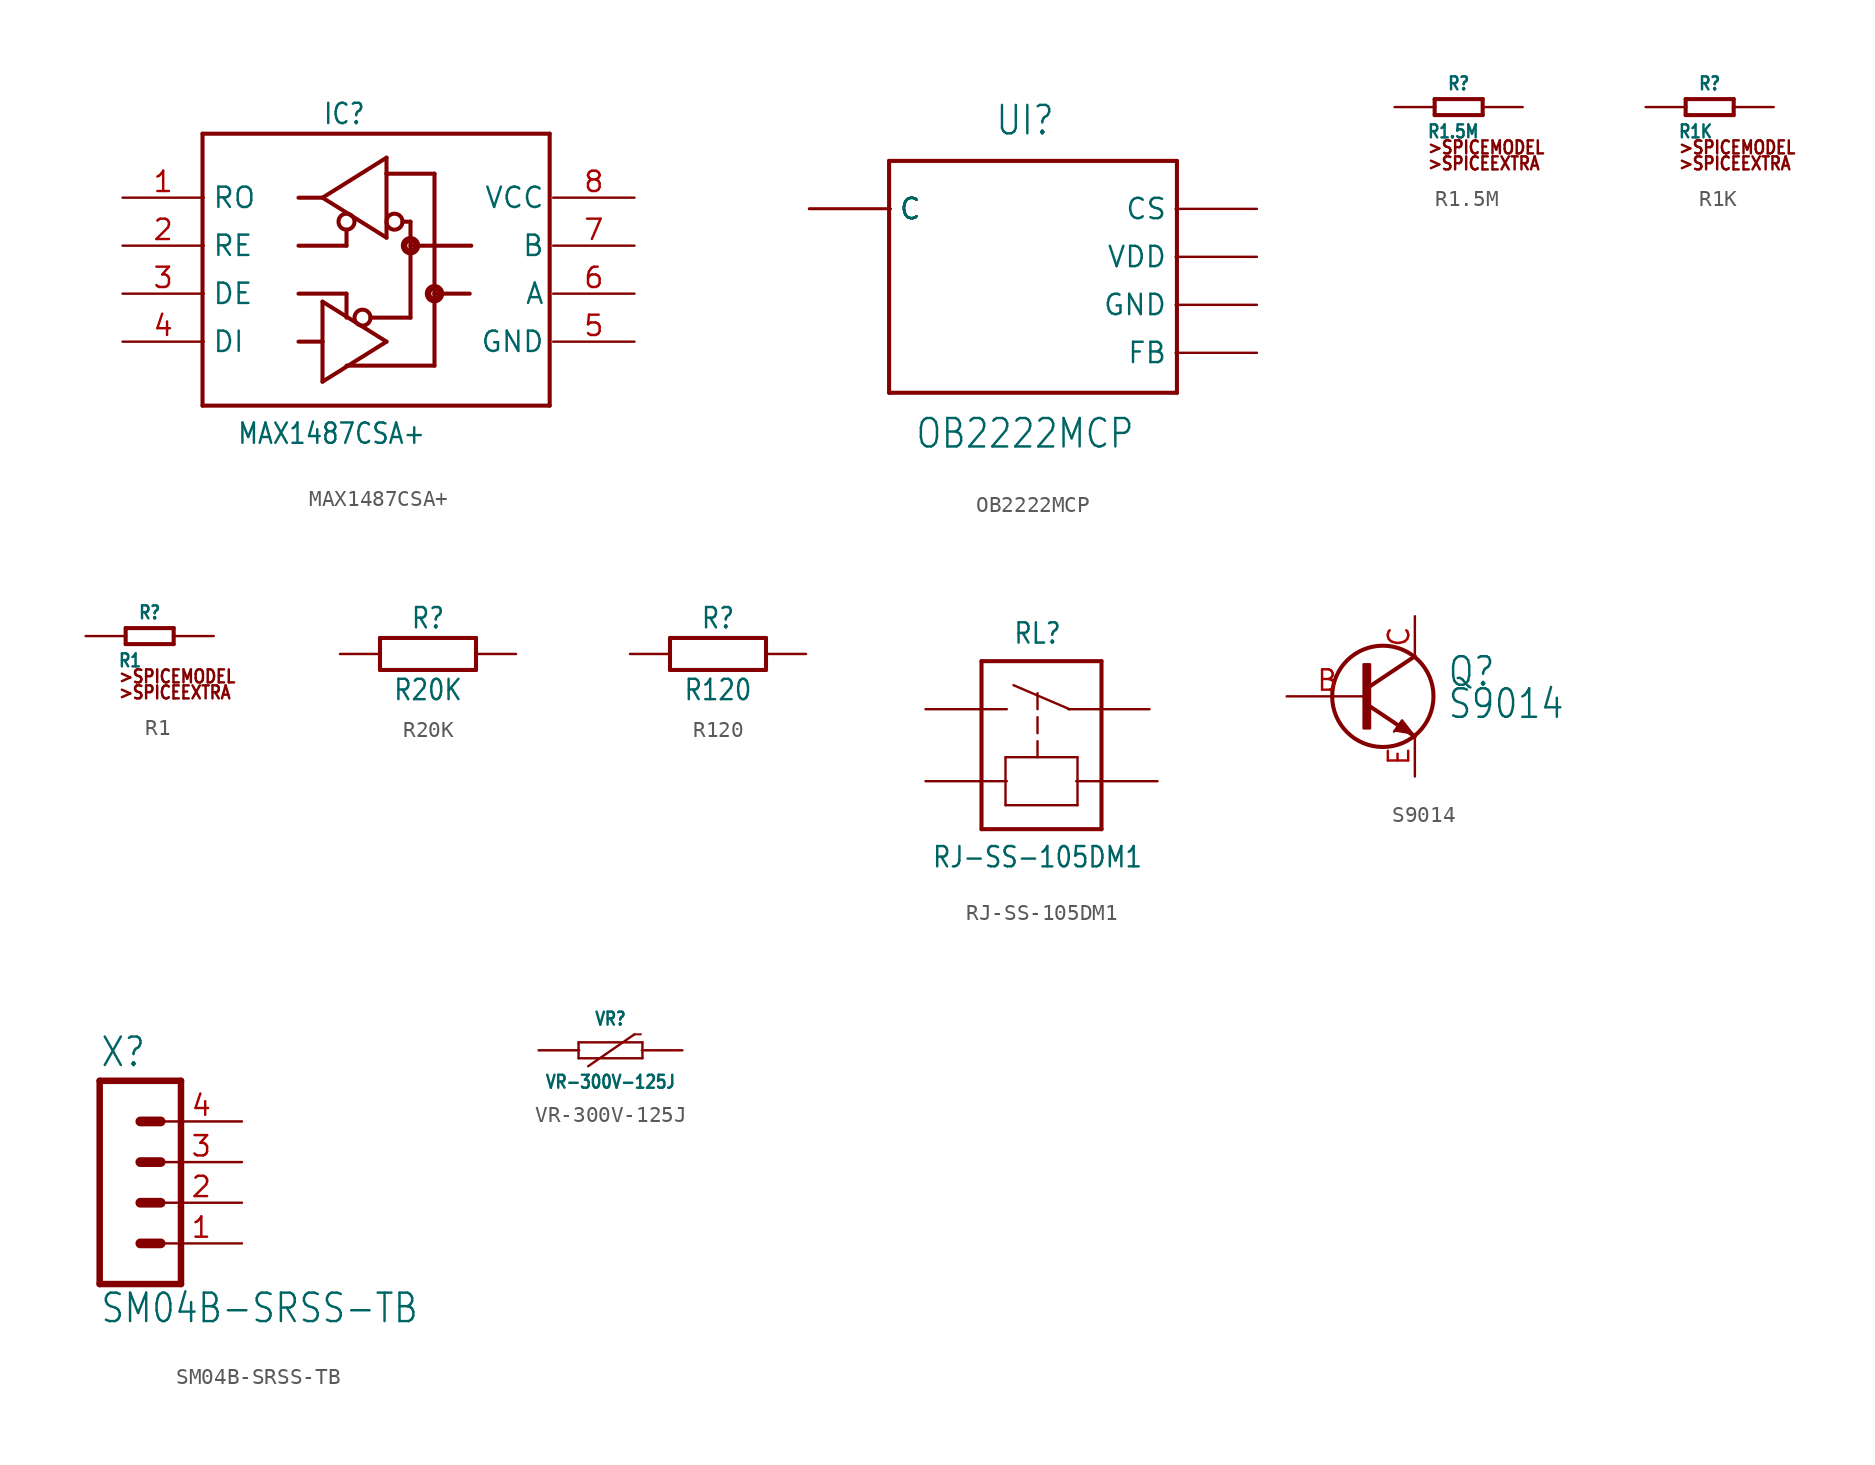
<source format=kicad_sym>
(kicad_symbol_lib
  (version 20211014)
  (generator kicad_symbol_editor)
  (symbol "MAX1487CSA+"
    (property "Reference" "IC"
      (at -3.5 9 0)
      (effects (font (size 1.27 1.079)) (justify left bottom)))
    (property "Value" "MAX1487CSA+"
      (at 3 -9.5 0)
      (effects (font (size 1.27 1.079)) (justify right top)))
    (property "ki_locked" ""
      (at 0 0 0)
      (effects (font (size 1.27 1.27))))
    (symbol "MAX1487CSA+_1_0"
      (circle (center -2 3) (radius 0.5) (stroke (width 0.254) (type default) (color 0 0 0 0)) (fill (type none)))
      (circle (center -1 -3) (radius 0.5) (stroke (width 0.254) (type default) (color 0 0 0 0)) (fill (type none)))
      (polyline (pts (xy -11 -8.5) (xy -11 8.5)) (stroke (width 0.254) (type default) (color 0 0 0 0)) (fill (type none)))
      (polyline (pts (xy -11 -8.5) (xy 10.7 -8.5)) (stroke (width 0.254) (type default) (color 0 0 0 0)) (fill (type none)))
      (polyline (pts (xy -11 8.5) (xy 10.7 8.5)) (stroke (width 0.254) (type default) (color 0 0 0 0)) (fill (type none)))
      (polyline (pts (xy -5 -4.5) (xy -3.5 -4.5)) (stroke (width 0.254) (type default) (color 0 0 0 0)) (fill (type none)))
      (polyline (pts (xy -5 -1.5) (xy -2 -1.5)) (stroke (width 0.254) (type default) (color 0 0 0 0)) (fill (type none)))
      (polyline (pts (xy -5 1.5) (xy -2 1.5)) (stroke (width 0.254) (type default) (color 0 0 0 0)) (fill (type none)))
      (polyline (pts (xy -5 4.5) (xy -3.5 4.5)) (stroke (width 0.254) (type default) (color 0 0 0 0)) (fill (type none)))
      (polyline (pts (xy -3.5 -7) (xy 0.5 -4.5)) (stroke (width 0.254) (type default) (color 0 0 0 0)) (fill (type none)))
      (polyline (pts (xy -3.5 -4.5) (xy -3.5 -7)) (stroke (width 0.254) (type default) (color 0 0 0 0)) (fill (type none)))
      (polyline (pts (xy -3.5 -2) (xy -3.5 -4.5)) (stroke (width 0.254) (type default) (color 0 0 0 0)) (fill (type none)))
      (polyline (pts (xy -3.5 4.5) (xy 0.5 7)) (stroke (width 0.254) (type default) (color 0 0 0 0)) (fill (type none)))
      (polyline (pts (xy -2 -1.5) (xy -2 -3)) (stroke (width 0.254) (type default) (color 0 0 0 0)) (fill (type none)))
      (polyline (pts (xy -2 1.5) (xy -2 2.5)) (stroke (width 0.254) (type default) (color 0 0 0 0)) (fill (type none)))
      (polyline (pts (xy -0.5 -3) (xy 2 -3)) (stroke (width 0.254) (type default) (color 0 0 0 0)) (fill (type none)))
      (polyline (pts (xy 0.5 -4.5) (xy -3.5 -2)) (stroke (width 0.254) (type default) (color 0 0 0 0)) (fill (type none)))
      (polyline (pts (xy 0.5 2) (xy -3.5 4.5)) (stroke (width 0.254) (type default) (color 0 0 0 0)) (fill (type none)))
      (polyline (pts (xy 0.5 6) (xy 0.5 2)) (stroke (width 0.254) (type default) (color 0 0 0 0)) (fill (type none)))
      (polyline (pts (xy 0.5 6) (xy 3.5 6)) (stroke (width 0.254) (type default) (color 0 0 0 0)) (fill (type none)))
      (polyline (pts (xy 0.5 7) (xy 0.5 6)) (stroke (width 0.254) (type default) (color 0 0 0 0)) (fill (type none)))
      (polyline (pts (xy 2 -3) (xy 2 3)) (stroke (width 0.254) (type default) (color 0 0 0 0)) (fill (type none)))
      (polyline (pts (xy 2 1.5) (xy 5.8 1.5)) (stroke (width 0.254) (type default) (color 0 0 0 0)) (fill (type none)))
      (polyline (pts (xy 2 3) (xy 1.5 3)) (stroke (width 0.254) (type default) (color 0 0 0 0)) (fill (type none)))
      (polyline (pts (xy 3.5 -6) (xy -2 -6)) (stroke (width 0.254) (type default) (color 0 0 0 0)) (fill (type none)))
      (polyline (pts (xy 3.5 -1.5) (xy 3.5 -6)) (stroke (width 0.254) (type default) (color 0 0 0 0)) (fill (type none)))
      (polyline (pts (xy 3.5 -1.5) (xy 5.7 -1.5)) (stroke (width 0.254) (type default) (color 0 0 0 0)) (fill (type none)))
      (polyline (pts (xy 3.5 6) (xy 3.5 -1.5)) (stroke (width 0.254) (type default) (color 0 0 0 0)) (fill (type none)))
      (polyline (pts (xy 10.7 -8.5) (xy 10.7 8.5)) (stroke (width 0.254) (type default) (color 0 0 0 0)) (fill (type none)))
      (circle (center 1 3) (radius 0.5) (stroke (width 0.254) (type default) (color 0 0 0 0)) (fill (type none)))
      (circle (center 2 1.5) (radius 0.2) (stroke (width 0.406) (type default) (color 0 0 0 0)) (fill (type none)))
      (circle (center 3.5 -1.5) (radius 0.2) (stroke (width 0.406) (type default) (color 0 0 0 0)) (fill (type none)))
      (pin bidirectional line (at -16 4.5 0) (length 5.08) (name "RO" (effects (font (size 1.27 1.27)))) (number "1" (effects (font (size 1.27 1.27)))))
      (pin bidirectional line (at -16 1.5 0) (length 5.08) (name "RE" (effects (font (size 1.27 1.27)))) (number "2" (effects (font (size 1.27 1.27)))))
      (pin bidirectional line (at -16 -1.5 0) (length 5.08) (name "DE" (effects (font (size 1.27 1.27)))) (number "3" (effects (font (size 1.27 1.27)))))
      (pin bidirectional line (at -16 -4.5 0) (length 5.08) (name "DI" (effects (font (size 1.27 1.27)))) (number "4" (effects (font (size 1.27 1.27)))))
      (pin bidirectional line (at 16 -4.5 180) (length 5.08) (name "GND" (effects (font (size 1.27 1.27)))) (number "5" (effects (font (size 1.27 1.27)))))
      (pin bidirectional line (at 16 -1.5 180) (length 5.08) (name "A" (effects (font (size 1.27 1.27)))) (number "6" (effects (font (size 1.27 1.27)))))
      (pin bidirectional line (at 16 1.5 180) (length 5.08) (name "B" (effects (font (size 1.27 1.27)))) (number "7" (effects (font (size 1.27 1.27)))))
      (pin bidirectional line (at 16 4.5 180) (length 5.08) (name "VCC" (effects (font (size 1.27 1.27)))) (number "8" (effects (font (size 1.27 1.27)))))))
  (symbol "OB2222MCP"
    (property "Reference" "UI"
      (at 0 8.5 0)
      (effects (font (size 1.778 1.511)) (justify bottom)))
    (property "Value" "OB2222MCP"
      (at 0 -9 0)
      (effects (font (size 1.778 1.511)) (justify top)))
    (property "ki_locked" ""
      (at 0 0 0)
      (effects (font (size 1.27 1.27))))
    (symbol "OB2222MCP_1_0"
      (polyline (pts (xy -8.5 -7.5) (xy 9.5 -7.5)) (stroke (width 0.254) (type default) (color 0 0 0 0)) (fill (type none)))
      (polyline (pts (xy -8.5 7) (xy -8.5 -7.5)) (stroke (width 0.254) (type default) (color 0 0 0 0)) (fill (type none)))
      (polyline (pts (xy 9.5 -7.5) (xy 9.5 7)) (stroke (width 0.254) (type default) (color 0 0 0 0)) (fill (type none)))
      (polyline (pts (xy 9.5 7) (xy -8.5 7)) (stroke (width 0.254) (type default) (color 0 0 0 0)) (fill (type none)))
      (pin bidirectional line (at 14.5 -5 180) (length 5.08) (name "FB" (effects (font (size 1.27 1.27)))) (number "1" (effects (font (size 0 0)))))
      (pin bidirectional line (at 14.5 -2 180) (length 5.08) (name "GND" (effects (font (size 1.27 1.27)))) (number "2" (effects (font (size 0 0)))))
      (pin bidirectional line (at 14.5 1 180) (length 5.08) (name "VDD" (effects (font (size 1.27 1.27)))) (number "3" (effects (font (size 0 0)))))
      (pin bidirectional line (at 14.5 4 180) (length 5.08) (name "CS" (effects (font (size 1.27 1.27)))) (number "4" (effects (font (size 0 0)))))
      (pin bidirectional line (at -13.5 4 0) (length 5.08) (name "C" (effects (font (size 1.27 1.27)))) (number "5" (effects (font (size 0 0)))))
      (pin bidirectional line (at -13.5 4 0) (length 5.08) (name "C" (effects (font (size 1.27 1.27)))) (number "6" (effects (font (size 0 0)))))
      (pin bidirectional line (at -13.5 4 0) (length 5.08) (name "C" (effects (font (size 1.27 1.27)))) (number "7" (effects (font (size 0 0)))))
      (pin bidirectional line (at -13.5 4 0) (length 5.08) (name "C" (effects (font (size 1.27 1.27)))) (number "8" (effects (font (size 0 0)))))))
  (symbol "R1.5M"
    (property "Reference" "R"
      (at 0 1 0)
      (effects (font (size 0.813 0.691)) (justify bottom)))
    (property "Value" "R1.5M"
      (at -2 -2 0)
      (effects (font (size 0.813 0.691)) (justify left bottom)))
    (property "ki_locked" ""
      (at 0 0 0)
      (effects (font (size 1.27 1.27))))
    (symbol "R1.5M_1_0"
      (polyline (pts (xy -1.5 -0.5) (xy 1.5 -0.5)) (stroke (width 0.254) (type default) (color 0 0 0 0)) (fill (type none)))
      (polyline (pts (xy -1.5 0.5) (xy -1.5 -0.5)) (stroke (width 0.254) (type default) (color 0 0 0 0)) (fill (type none)))
      (polyline (pts (xy 1.5 -0.5) (xy 1.5 0.5)) (stroke (width 0.254) (type default) (color 0 0 0 0)) (fill (type none)))
      (polyline (pts (xy 1.5 0.5) (xy -1.5 0.5)) (stroke (width 0.254) (type default) (color 0 0 0 0)) (fill (type none)))
      (text ">SPICEEXTRA" (at -2 -4 0) (effects (font (size 0.813 0.691)) (justify left bottom)))
      (text ">SPICEMODEL" (at -2 -3 0) (effects (font (size 0.813 0.691)) (justify left bottom)))
      (pin bidirectional line (at -4 0 0) (length 2.54) (name "P$1" (effects (font (size 0 0)))) (number "1" (effects (font (size 0 0)))))
      (pin bidirectional line (at 4 0 180) (length 2.54) (name "P$2" (effects (font (size 0 0)))) (number "2" (effects (font (size 0 0)))))))
  (symbol "R1K"
    (property "Reference" "R"
      (at 0 1 0)
      (effects (font (size 0.813 0.691)) (justify bottom)))
    (property "Value" "R1K"
      (at -2 -2 0)
      (effects (font (size 0.813 0.691)) (justify left bottom)))
    (property "ki_locked" ""
      (at 0 0 0)
      (effects (font (size 1.27 1.27))))
    (symbol "R1K_1_0"
      (polyline (pts (xy -1.5 -0.5) (xy 1.5 -0.5)) (stroke (width 0.254) (type default) (color 0 0 0 0)) (fill (type none)))
      (polyline (pts (xy -1.5 0.5) (xy -1.5 -0.5)) (stroke (width 0.254) (type default) (color 0 0 0 0)) (fill (type none)))
      (polyline (pts (xy 1.5 -0.5) (xy 1.5 0.5)) (stroke (width 0.254) (type default) (color 0 0 0 0)) (fill (type none)))
      (polyline (pts (xy 1.5 0.5) (xy -1.5 0.5)) (stroke (width 0.254) (type default) (color 0 0 0 0)) (fill (type none)))
      (text ">SPICEEXTRA" (at -2 -4 0) (effects (font (size 0.813 0.691)) (justify left bottom)))
      (text ">SPICEMODEL" (at -2 -3 0) (effects (font (size 0.813 0.691)) (justify left bottom)))
      (pin bidirectional line (at -4 0 0) (length 2.54) (name "P$1" (effects (font (size 0 0)))) (number "1" (effects (font (size 0 0)))))
      (pin bidirectional line (at 4 0 180) (length 2.54) (name "P$2" (effects (font (size 0 0)))) (number "2" (effects (font (size 0 0)))))))
  (symbol "R1"
    (property "Reference" "R"
      (at 0 1 0)
      (effects (font (size 0.813 0.691)) (justify bottom)))
    (property "Value" "R1"
      (at -2 -2 0)
      (effects (font (size 0.813 0.691)) (justify left bottom)))
    (property "ki_locked" ""
      (at 0 0 0)
      (effects (font (size 1.27 1.27))))
    (symbol "R1_1_0"
      (polyline (pts (xy -1.5 -0.5) (xy 1.5 -0.5)) (stroke (width 0.254) (type default) (color 0 0 0 0)) (fill (type none)))
      (polyline (pts (xy -1.5 0.5) (xy -1.5 -0.5)) (stroke (width 0.254) (type default) (color 0 0 0 0)) (fill (type none)))
      (polyline (pts (xy 1.5 -0.5) (xy 1.5 0.5)) (stroke (width 0.254) (type default) (color 0 0 0 0)) (fill (type none)))
      (polyline (pts (xy 1.5 0.5) (xy -1.5 0.5)) (stroke (width 0.254) (type default) (color 0 0 0 0)) (fill (type none)))
      (text ">SPICEEXTRA" (at -2 -4 0) (effects (font (size 0.813 0.691)) (justify left bottom)))
      (text ">SPICEMODEL" (at -2 -3 0) (effects (font (size 0.813 0.691)) (justify left bottom)))
      (pin bidirectional line (at -4 0 0) (length 2.54) (name "P$1" (effects (font (size 0 0)))) (number "1" (effects (font (size 0 0)))))
      (pin bidirectional line (at 4 0 180) (length 2.54) (name "P$2" (effects (font (size 0 0)))) (number "2" (effects (font (size 0 0)))))))
  (symbol "R20K"
    (property "Reference" "R"
      (at 0 1.5 0)
      (effects (font (size 1.27 1.079)) (justify bottom)))
    (property "Value" "R20K"
      (at 0 -1.5 0)
      (effects (font (size 1.27 1.079)) (justify top)))
    (property "ki_locked" ""
      (at 0 0 0)
      (effects (font (size 1.27 1.27))))
    (symbol "R20K_1_0"
      (polyline (pts (xy -3 -1) (xy 3 -1)) (stroke (width 0.254) (type default) (color 0 0 0 0)) (fill (type none)))
      (polyline (pts (xy -3 1) (xy -3 -1)) (stroke (width 0.254) (type default) (color 0 0 0 0)) (fill (type none)))
      (polyline (pts (xy 3 -1) (xy 3 1)) (stroke (width 0.254) (type default) (color 0 0 0 0)) (fill (type none)))
      (polyline (pts (xy 3 1) (xy -3 1)) (stroke (width 0.254) (type default) (color 0 0 0 0)) (fill (type none)))
      (pin bidirectional line (at -5.5 0 0) (length 2.54) (name "P$1" (effects (font (size 0 0)))) (number "1" (effects (font (size 0 0)))))
      (pin bidirectional line (at 5.5 0 180) (length 2.54) (name "P$2" (effects (font (size 0 0)))) (number "2" (effects (font (size 0 0)))))))
  (symbol "R120"
    (property "Reference" "R"
      (at 0 1.5 0)
      (effects (font (size 1.27 1.079)) (justify bottom)))
    (property "Value" "R120"
      (at 0 -1.5 0)
      (effects (font (size 1.27 1.079)) (justify top)))
    (property "ki_locked" ""
      (at 0 0 0)
      (effects (font (size 1.27 1.27))))
    (symbol "R120_1_0"
      (polyline (pts (xy -3 -1) (xy 3 -1)) (stroke (width 0.254) (type default) (color 0 0 0 0)) (fill (type none)))
      (polyline (pts (xy -3 1) (xy -3 -1)) (stroke (width 0.254) (type default) (color 0 0 0 0)) (fill (type none)))
      (polyline (pts (xy 3 -1) (xy 3 1)) (stroke (width 0.254) (type default) (color 0 0 0 0)) (fill (type none)))
      (polyline (pts (xy 3 1) (xy -3 1)) (stroke (width 0.254) (type default) (color 0 0 0 0)) (fill (type none)))
      (pin bidirectional line (at -5.5 0 0) (length 2.54) (name "P$1" (effects (font (size 0 0)))) (number "1" (effects (font (size 0 0)))))
      (pin bidirectional line (at 5.5 0 180) (length 2.54) (name "P$2" (effects (font (size 0 0)))) (number "2" (effects (font (size 0 0)))))))
  (symbol "RJ-SS-105DM1"
    (property "Reference" "RL"
      (at 0 6 0)
      (effects (font (size 1.27 1.079)) (justify bottom)))
    (property "Value" "RJ-SS-105DM1"
      (at 0 -6.5 0)
      (effects (font (size 1.27 1.079)) (justify top)))
    (property "ki_locked" ""
      (at 0 0 0)
      (effects (font (size 1.27 1.27))))
    (symbol "RJ-SS-105DM1_1_0"
      (polyline (pts (xy -3.5 -5.5) (xy -3.5 5)) (stroke (width 0.254) (type default) (color 0 0 0 0)) (fill (type none)))
      (polyline (pts (xy -3.5 5) (xy 4 5)) (stroke (width 0.254) (type default) (color 0 0 0 0)) (fill (type none)))
      (polyline (pts (xy -2 -4) (xy 2.5 -4)) (stroke (width 0.15) (type default) (color 0 0 0 0)) (fill (type none)))
      (polyline (pts (xy -2 -1) (xy -2 -4)) (stroke (width 0.15) (type default) (color 0 0 0 0)) (fill (type none)))
      (polyline (pts (xy 0 -1) (xy 0 0)) (stroke (width 0.15) (type default) (color 0 0 0 0)) (fill (type none)))
      (polyline (pts (xy 0 0.5) (xy 0 1.5)) (stroke (width 0.15) (type default) (color 0 0 0 0)) (fill (type none)))
      (polyline (pts (xy 0 2) (xy 0 3)) (stroke (width 0.15) (type default) (color 0 0 0 0)) (fill (type none)))
      (polyline (pts (xy 2 2) (xy -1.5 3.5)) (stroke (width 0.15) (type default) (color 0 0 0 0)) (fill (type none)))
      (polyline (pts (xy 2.5 -4) (xy 2.5 -1)) (stroke (width 0.15) (type default) (color 0 0 0 0)) (fill (type none)))
      (polyline (pts (xy 2.5 -1) (xy -2 -1)) (stroke (width 0.15) (type default) (color 0 0 0 0)) (fill (type none)))
      (polyline (pts (xy 4 -5.5) (xy -3.5 -5.5)) (stroke (width 0.254) (type default) (color 0 0 0 0)) (fill (type none)))
      (polyline (pts (xy 4 5) (xy 4 -5.5)) (stroke (width 0.254) (type default) (color 0 0 0 0)) (fill (type none)))
      (pin bidirectional line (at 7.5 -2.5 180) (length 5.08) (name "A2" (effects (font (size 0 0)))) (number "P$1" (effects (font (size 0 0)))))
      (pin bidirectional line (at -7 -2.5 0) (length 5.08) (name "A1" (effects (font (size 0 0)))) (number "P$2" (effects (font (size 0 0)))))
      (pin bidirectional line (at 7 2 180) (length 5.08) (name "11" (effects (font (size 0 0)))) (number "P$3" (effects (font (size 0 0)))))
      (pin bidirectional line (at -7 2 0) (length 5.08) (name "14" (effects (font (size 0 0)))) (number "P$4" (effects (font (size 0 0)))))))
  (symbol "S9014"
    (property "Reference" "Q"
      (at 4 0.5 0)
      (effects (font (size 1.778 1.511)) (justify left bottom)))
    (property "Value" "S9014"
      (at 4 -1.5 0)
      (effects (font (size 1.778 1.511)) (justify left bottom)))
    (property "ki_locked" ""
      (at 0 0 0)
      (effects (font (size 1.27 1.27))))
    (symbol "S9014_1_0"
      (rectangle (start -1.2 -2) (end -0.8 2) (stroke (width 0) (type default) (color 0 0 0 0)) (fill (type outline)))
      (polyline (pts (xy 2 -2.5) (xy -1 -0.5)) (stroke (width 0.254) (type default) (color 0 0 0 0)) (fill (type none)))
      (polyline (pts (xy 2 2.5) (xy -1 0.5)) (stroke (width 0.254) (type default) (color 0 0 0 0)) (fill (type none)))
      (polyline (pts (xy 0.7 -2.2) (xy 1.2 -1.5) (xy 1.9 -2.4)) (stroke (width 0) (type default) (color 0 0 0 0)) (fill (type outline)))
      (circle (center 0 0) (radius 3.162) (stroke (width 0.254) (type default) (color 0 0 0 0)) (fill (type none)))
      (pin passive line (at -6 0 0) (length 5.08) (name "B" (effects (font (size 0 0)))) (number "B" (effects (font (size 1.27 1.27)))))
      (pin passive line (at 2 5 270) (length 2.54) (name "C" (effects (font (size 0 0)))) (number "C" (effects (font (size 1.27 1.27)))))
      (pin passive line (at 2 -5 90) (length 2.54) (name "E" (effects (font (size 0 0)))) (number "E" (effects (font (size 1.27 1.27)))))))
  (symbol "SM04B-SRSS-TB"
    (property "Reference" "X"
      (at -1.27 5.842 0)
      (effects (font (size 1.778 1.511)) (justify left bottom)))
    (property "Value" "SM04B-SRSS-TB"
      (at -1.27 -10.16 0)
      (effects (font (size 1.778 1.511)) (justify left bottom)))
    (property "ki_locked" ""
      (at 0 0 0)
      (effects (font (size 1.27 1.27))))
    (symbol "SM04B-SRSS-TB_1_0"
      (polyline (pts (xy -1.27 5.08) (xy -1.27 -7.62)) (stroke (width 0.406) (type default) (color 0 0 0 0)) (fill (type none)))
      (polyline (pts (xy -1.27 5.08) (xy 3.81 5.08)) (stroke (width 0.406) (type default) (color 0 0 0 0)) (fill (type none)))
      (polyline (pts (xy 1.27 -5.08) (xy 2.54 -5.08)) (stroke (width 0.61) (type default) (color 0 0 0 0)) (fill (type none)))
      (polyline (pts (xy 1.27 -2.54) (xy 2.54 -2.54)) (stroke (width 0.61) (type default) (color 0 0 0 0)) (fill (type none)))
      (polyline (pts (xy 1.27 0) (xy 2.54 0)) (stroke (width 0.61) (type default) (color 0 0 0 0)) (fill (type none)))
      (polyline (pts (xy 1.27 2.54) (xy 2.54 2.54)) (stroke (width 0.61) (type default) (color 0 0 0 0)) (fill (type none)))
      (polyline (pts (xy 3.81 -7.62) (xy -1.27 -7.62)) (stroke (width 0.406) (type default) (color 0 0 0 0)) (fill (type none)))
      (polyline (pts (xy 3.81 -7.62) (xy 3.81 5.08)) (stroke (width 0.406) (type default) (color 0 0 0 0)) (fill (type none)))
      (pin passive line (at 7.62 -5.08 180) (length 5.08) (name "1" (effects (font (size 0 0)))) (number "1" (effects (font (size 1.27 1.27)))))
      (pin passive line (at 7.62 -2.54 180) (length 5.08) (name "2" (effects (font (size 0 0)))) (number "2" (effects (font (size 1.27 1.27)))))
      (pin passive line (at 7.62 0 180) (length 5.08) (name "3" (effects (font (size 0 0)))) (number "3" (effects (font (size 1.27 1.27)))))
      (pin passive line (at 7.62 2.54 180) (length 5.08) (name "4" (effects (font (size 0 0)))) (number "4" (effects (font (size 1.27 1.27)))))))
  (symbol "VR-300V-125J"
    (property "Reference" "VR"
      (at 0 1.5 0)
      (effects (font (size 0.813 0.691)) (justify bottom)))
    (property "Value" "VR-300V-125J"
      (at 0 -1.5 0)
      (effects (font (size 0.813 0.691)) (justify top)))
    (property "ki_locked" ""
      (at 0 0 0)
      (effects (font (size 1.27 1.27))))
    (symbol "VR-300V-125J_1_0"
      (polyline (pts (xy -2 -0.5) (xy -2 0.5)) (stroke (width 0.15) (type default) (color 0 0 0 0)) (fill (type none)))
      (polyline (pts (xy -2 0.5) (xy 2 0.5)) (stroke (width 0.15) (type default) (color 0 0 0 0)) (fill (type none)))
      (polyline (pts (xy -1.4 -1) (xy 1.5 1)) (stroke (width 0.15) (type default) (color 0 0 0 0)) (fill (type none)))
      (polyline (pts (xy 1.5 1) (xy 1.9 1)) (stroke (width 0.127) (type default) (color 0 0 0 0)) (fill (type none)))
      (polyline (pts (xy 2 -0.5) (xy -2 -0.5)) (stroke (width 0.15) (type default) (color 0 0 0 0)) (fill (type none)))
      (polyline (pts (xy 2 0.5) (xy 2 -0.5)) (stroke (width 0.15) (type default) (color 0 0 0 0)) (fill (type none)))
      (pin bidirectional line (at -4.5 0 0) (length 2.54) (name "P$1" (effects (font (size 0 0)))) (number "P$1" (effects (font (size 0 0)))))
      (pin bidirectional line (at 4.5 0 180) (length 2.54) (name "P$2" (effects (font (size 0 0)))) (number "P$2" (effects (font (size 0 0))))))))
</source>
